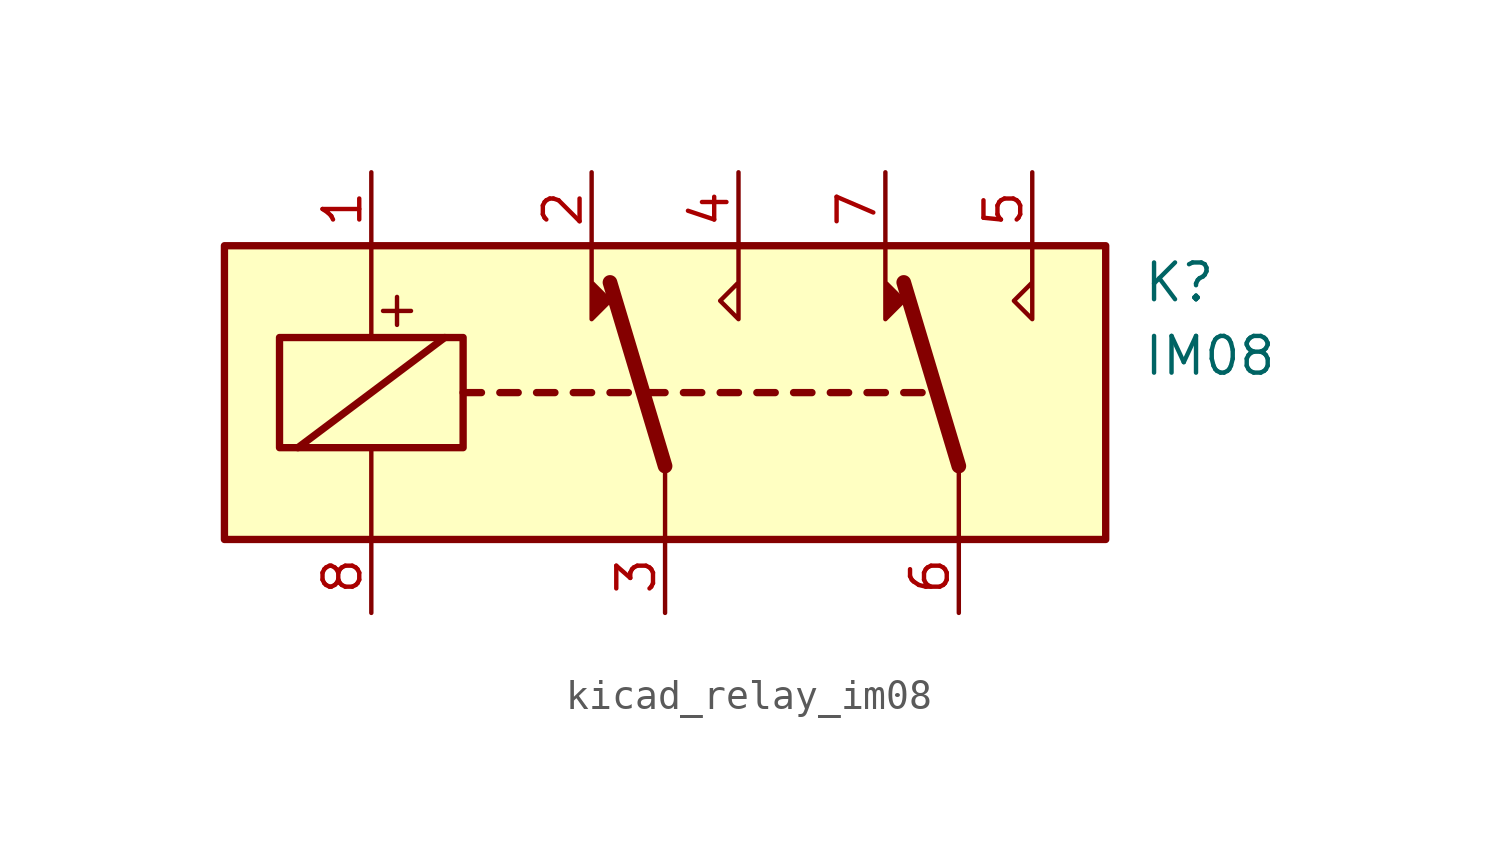
<source format=kicad_sym>
(kicad_symbol_lib
  (version 20220914)
  (generator kicad_symbol_editor)
  (symbol "kicad_relay_im08"
    (property "Reference" "K"
      (at 16.51 3.81 0)
      (effects (font (size 1.27 1.27)) (justify left)))
    (property "Value" "IM08"
      (at 16.51 1.27 0)
      (effects (font (size 1.27 1.27)) (justify left)))
    (symbol "kicad_relay_im08_0_0"
      (text "+" (at -9.271 2.921 0) (effects (font (size 1.27 1.27)))))
    (symbol "kicad_relay_im08_0_1"
      (rectangle (start -15.24 5.08) (end 15.24 -5.08) (stroke (width 0.254) (type default)) (fill (type background)))
      (rectangle (start -13.335 1.905) (end -6.985 -1.905) (stroke (width 0.254) (type default)) (fill (type none)))
      (polyline (pts (xy -12.7 -1.905) (xy -7.62 1.905)) (stroke (width 0.254) (type default)) (fill (type none)))
      (polyline (pts (xy -10.16 -5.08) (xy -10.16 -1.905)) (stroke (width 0) (type default)) (fill (type none)))
      (polyline (pts (xy -10.16 5.08) (xy -10.16 1.905)) (stroke (width 0) (type default)) (fill (type none)))
      (polyline (pts (xy -6.985 0) (xy -6.35 0)) (stroke (width 0.254) (type default)) (fill (type none)))
      (polyline (pts (xy -5.715 0) (xy -5.08 0)) (stroke (width 0.254) (type default)) (fill (type none)))
      (polyline (pts (xy -4.445 0) (xy -3.81 0)) (stroke (width 0.254) (type default)) (fill (type none)))
      (polyline (pts (xy -3.175 0) (xy -2.54 0)) (stroke (width 0.254) (type default)) (fill (type none)))
      (polyline (pts (xy -1.905 0) (xy -1.27 0)) (stroke (width 0.254) (type default)) (fill (type none)))
      (polyline (pts (xy -0.635 0) (xy 0 0)) (stroke (width 0.254) (type default)) (fill (type none)))
      (polyline (pts (xy 0 -2.54) (xy -1.905 3.81)) (stroke (width 0.508) (type default)) (fill (type none)))
      (polyline (pts (xy 0 -2.54) (xy 0 -5.08)) (stroke (width 0) (type default)) (fill (type none)))
      (polyline (pts (xy 0.635 0) (xy 1.27 0)) (stroke (width 0.254) (type default)) (fill (type none)))
      (polyline (pts (xy 1.905 0) (xy 2.54 0)) (stroke (width 0.254) (type default)) (fill (type none)))
      (polyline (pts (xy 3.175 0) (xy 3.81 0)) (stroke (width 0.254) (type default)) (fill (type none)))
      (polyline (pts (xy 4.445 0) (xy 5.08 0)) (stroke (width 0.254) (type default)) (fill (type none)))
      (polyline (pts (xy 5.715 0) (xy 6.35 0)) (stroke (width 0.254) (type default)) (fill (type none)))
      (polyline (pts (xy 6.985 0) (xy 7.62 0)) (stroke (width 0.254) (type default)) (fill (type none)))
      (polyline (pts (xy 8.255 0) (xy 8.89 0)) (stroke (width 0.254) (type default)) (fill (type none)))
      (polyline (pts (xy 10.16 -2.54) (xy 8.255 3.81)) (stroke (width 0.508) (type default)) (fill (type none)))
      (polyline (pts (xy 10.16 -2.54) (xy 10.16 -5.08)) (stroke (width 0) (type default)) (fill (type none)))
      (polyline (pts (xy -2.54 5.08) (xy -2.54 2.54) (xy -1.905 3.175) (xy -2.54 3.81)) (stroke (width 0) (type default)) (fill (type outline)))
      (polyline (pts (xy 2.54 5.08) (xy 2.54 2.54) (xy 1.905 3.175) (xy 2.54 3.81)) (stroke (width 0) (type default)) (fill (type none)))
      (polyline (pts (xy 7.62 5.08) (xy 7.62 2.54) (xy 8.255 3.175) (xy 7.62 3.81)) (stroke (width 0) (type default)) (fill (type outline)))
      (polyline (pts (xy 12.7 5.08) (xy 12.7 2.54) (xy 12.065 3.175) (xy 12.7 3.81)) (stroke (width 0) (type default)) (fill (type none))))
    (symbol "kicad_relay_im08_1_1"
      (pin passive line (at -10.16 7.62 270) (length 2.54) (name "~" (effects (font (size 1.27 1.27)))) (number "1" (effects (font (size 1.27 1.27)))))
      (pin passive line (at -2.54 7.62 270) (length 2.54) (name "~" (effects (font (size 1.27 1.27)))) (number "2" (effects (font (size 1.27 1.27)))))
      (pin passive line (at 0 -7.62 90) (length 2.54) (name "~" (effects (font (size 1.27 1.27)))) (number "3" (effects (font (size 1.27 1.27)))))
      (pin passive line (at 2.54 7.62 270) (length 2.54) (name "~" (effects (font (size 1.27 1.27)))) (number "4" (effects (font (size 1.27 1.27)))))
      (pin passive line (at 12.7 7.62 270) (length 2.54) (name "~" (effects (font (size 1.27 1.27)))) (number "5" (effects (font (size 1.27 1.27)))))
      (pin passive line (at 10.16 -7.62 90) (length 2.54) (name "~" (effects (font (size 1.27 1.27)))) (number "6" (effects (font (size 1.27 1.27)))))
      (pin passive line (at 7.62 7.62 270) (length 2.54) (name "~" (effects (font (size 1.27 1.27)))) (number "7" (effects (font (size 1.27 1.27)))))
      (pin passive line (at -10.16 -7.62 90) (length 2.54) (name "~" (effects (font (size 1.27 1.27)))) (number "8" (effects (font (size 1.27 1.27))))))))
</source>
